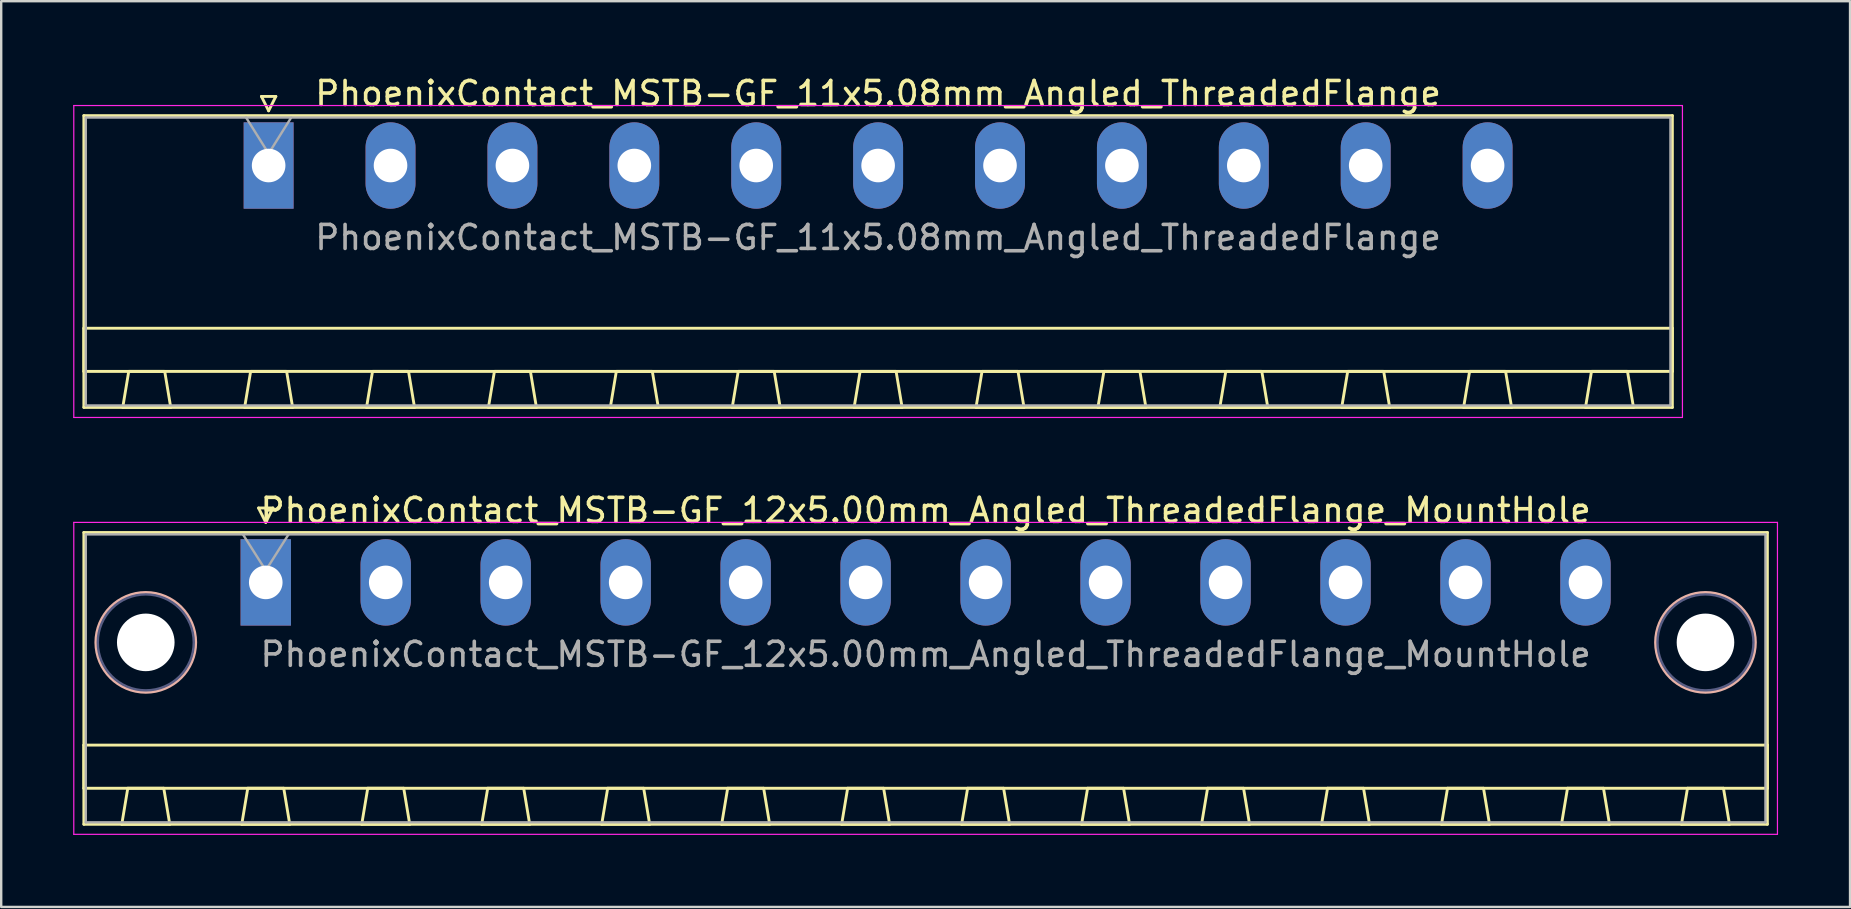
<source format=kicad_pcb>
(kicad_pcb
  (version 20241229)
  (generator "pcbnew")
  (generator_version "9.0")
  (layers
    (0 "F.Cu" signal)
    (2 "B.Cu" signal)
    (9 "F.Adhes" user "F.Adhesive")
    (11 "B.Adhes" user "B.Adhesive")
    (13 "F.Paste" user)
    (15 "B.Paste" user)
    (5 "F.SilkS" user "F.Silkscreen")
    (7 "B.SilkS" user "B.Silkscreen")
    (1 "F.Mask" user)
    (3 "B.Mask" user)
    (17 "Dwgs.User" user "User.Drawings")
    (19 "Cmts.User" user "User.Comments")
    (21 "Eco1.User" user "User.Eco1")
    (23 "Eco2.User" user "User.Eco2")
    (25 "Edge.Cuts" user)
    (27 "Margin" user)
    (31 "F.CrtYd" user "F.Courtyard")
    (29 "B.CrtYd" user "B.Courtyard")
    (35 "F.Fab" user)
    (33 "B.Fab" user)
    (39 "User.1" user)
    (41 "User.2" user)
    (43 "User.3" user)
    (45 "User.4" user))
  (footprint "PhoenixContact_MSTB-GF_11x5.08mm_Angled_ThreadedFlange"
    (layer "F.Cu")
    (at 8.145 3.848)
    (property "Reference" "PhoenixContact_MSTB-GF_11x5.08mm_Angled_ThreadedFlange" (at 25.4 -3 0) (layer "F.SilkS") (effects (font (size 1 1) (thickness 0.15))))
    (attr through_hole)
    (fp_line (start -7.7 -2.08) (end -7.7 10.08) (stroke (width 0.12) (type solid)) (layer "F.SilkS"))
    (fp_line (start -7.7 6.78) (end 58.5 6.78) (stroke (width 0.12) (type solid)) (layer "F.SilkS"))
    (fp_line (start -7.7 8.58) (end -7.7 6.78) (stroke (width 0.12) (type solid)) (layer "F.SilkS"))
    (fp_line (start -7.7 10.08) (end 58.5 10.08) (stroke (width 0.12) (type solid)) (layer "F.SilkS"))
    (fp_line (start -6.08 10.08) (end -4.08 10.08) (stroke (width 0.12) (type solid)) (layer "F.SilkS"))
    (fp_line (start -5.83 8.58) (end -6.08 10.08) (stroke (width 0.12) (type solid)) (layer "F.SilkS"))
    (fp_line (start -4.33 8.58) (end -5.83 8.58) (stroke (width 0.12) (type solid)) (layer "F.SilkS"))
    (fp_line (start -4.08 10.08) (end -4.33 8.58) (stroke (width 0.12) (type solid)) (layer "F.SilkS"))
    (fp_line (start -1 10.08) (end 1 10.08) (stroke (width 0.12) (type solid)) (layer "F.SilkS"))
    (fp_line (start -0.75 8.58) (end -1 10.08) (stroke (width 0.12) (type solid)) (layer "F.SilkS"))
    (fp_line (start -0.3 -2.88) (end 0.3 -2.88) (stroke (width 0.12) (type solid)) (layer "F.SilkS"))
    (fp_line (start 0 -2.28) (end -0.3 -2.88) (stroke (width 0.12) (type solid)) (layer "F.SilkS"))
    (fp_line (start 0.3 -2.88) (end 0 -2.28) (stroke (width 0.12) (type solid)) (layer "F.SilkS"))
    (fp_line (start 0.75 8.58) (end -0.75 8.58) (stroke (width 0.12) (type solid)) (layer "F.SilkS"))
    (fp_line (start 1 10.08) (end 0.75 8.58) (stroke (width 0.12) (type solid)) (layer "F.SilkS"))
    (fp_line (start 4.08 10.08) (end 6.08 10.08) (stroke (width 0.12) (type solid)) (layer "F.SilkS"))
    (fp_line (start 4.33 8.58) (end 4.08 10.08) (stroke (width 0.12) (type solid)) (layer "F.SilkS"))
    (fp_line (start 5.83 8.58) (end 4.33 8.58) (stroke (width 0.12) (type solid)) (layer "F.SilkS"))
    (fp_line (start 6.08 10.08) (end 5.83 8.58) (stroke (width 0.12) (type solid)) (layer "F.SilkS"))
    (fp_line (start 9.16 10.08) (end 11.16 10.08) (stroke (width 0.12) (type solid)) (layer "F.SilkS"))
    (fp_line (start 9.41 8.58) (end 9.16 10.08) (stroke (width 0.12) (type solid)) (layer "F.SilkS"))
    (fp_line (start 10.91 8.58) (end 9.41 8.58) (stroke (width 0.12) (type solid)) (layer "F.SilkS"))
    (fp_line (start 11.16 10.08) (end 10.91 8.58) (stroke (width 0.12) (type solid)) (layer "F.SilkS"))
    (fp_line (start 14.24 10.08) (end 16.24 10.08) (stroke (width 0.12) (type solid)) (layer "F.SilkS"))
    (fp_line (start 14.49 8.58) (end 14.24 10.08) (stroke (width 0.12) (type solid)) (layer "F.SilkS"))
    (fp_line (start 15.99 8.58) (end 14.49 8.58) (stroke (width 0.12) (type solid)) (layer "F.SilkS"))
    (fp_line (start 16.24 10.08) (end 15.99 8.58) (stroke (width 0.12) (type solid)) (layer "F.SilkS"))
    (fp_line (start 19.32 10.08) (end 21.32 10.08) (stroke (width 0.12) (type solid)) (layer "F.SilkS"))
    (fp_line (start 19.57 8.58) (end 19.32 10.08) (stroke (width 0.12) (type solid)) (layer "F.SilkS"))
    (fp_line (start 21.07 8.58) (end 19.57 8.58) (stroke (width 0.12) (type solid)) (layer "F.SilkS"))
    (fp_line (start 21.32 10.08) (end 21.07 8.58) (stroke (width 0.12) (type solid)) (layer "F.SilkS"))
    (fp_line (start 24.4 10.08) (end 26.4 10.08) (stroke (width 0.12) (type solid)) (layer "F.SilkS"))
    (fp_line (start 24.65 8.58) (end 24.4 10.08) (stroke (width 0.12) (type solid)) (layer "F.SilkS"))
    (fp_line (start 26.15 8.58) (end 24.65 8.58) (stroke (width 0.12) (type solid)) (layer "F.SilkS"))
    (fp_line (start 26.4 10.08) (end 26.15 8.58) (stroke (width 0.12) (type solid)) (layer "F.SilkS"))
    (fp_line (start 29.48 10.08) (end 31.48 10.08) (stroke (width 0.12) (type solid)) (layer "F.SilkS"))
    (fp_line (start 29.73 8.58) (end 29.48 10.08) (stroke (width 0.12) (type solid)) (layer "F.SilkS"))
    (fp_line (start 31.23 8.58) (end 29.73 8.58) (stroke (width 0.12) (type solid)) (layer "F.SilkS"))
    (fp_line (start 31.48 10.08) (end 31.23 8.58) (stroke (width 0.12) (type solid)) (layer "F.SilkS"))
    (fp_line (start 34.56 10.08) (end 36.56 10.08) (stroke (width 0.12) (type solid)) (layer "F.SilkS"))
    (fp_line (start 34.81 8.58) (end 34.56 10.08) (stroke (width 0.12) (type solid)) (layer "F.SilkS"))
    (fp_line (start 36.31 8.58) (end 34.81 8.58) (stroke (width 0.12) (type solid)) (layer "F.SilkS"))
    (fp_line (start 36.56 10.08) (end 36.31 8.58) (stroke (width 0.12) (type solid)) (layer "F.SilkS"))
    (fp_line (start 39.64 10.08) (end 41.64 10.08) (stroke (width 0.12) (type solid)) (layer "F.SilkS"))
    (fp_line (start 39.89 8.58) (end 39.64 10.08) (stroke (width 0.12) (type solid)) (layer "F.SilkS"))
    (fp_line (start 41.39 8.58) (end 39.89 8.58) (stroke (width 0.12) (type solid)) (layer "F.SilkS"))
    (fp_line (start 41.64 10.08) (end 41.39 8.58) (stroke (width 0.12) (type solid)) (layer "F.SilkS"))
    (fp_line (start 44.72 10.08) (end 46.72 10.08) (stroke (width 0.12) (type solid)) (layer "F.SilkS"))
    (fp_line (start 44.97 8.58) (end 44.72 10.08) (stroke (width 0.12) (type solid)) (layer "F.SilkS"))
    (fp_line (start 46.47 8.58) (end 44.97 8.58) (stroke (width 0.12) (type solid)) (layer "F.SilkS"))
    (fp_line (start 46.72 10.08) (end 46.47 8.58) (stroke (width 0.12) (type solid)) (layer "F.SilkS"))
    (fp_line (start 49.8 10.08) (end 51.8 10.08) (stroke (width 0.12) (type solid)) (layer "F.SilkS"))
    (fp_line (start 50.05 8.58) (end 49.8 10.08) (stroke (width 0.12) (type solid)) (layer "F.SilkS"))
    (fp_line (start 51.55 8.58) (end 50.05 8.58) (stroke (width 0.12) (type solid)) (layer "F.SilkS"))
    (fp_line (start 51.8 10.08) (end 51.55 8.58) (stroke (width 0.12) (type solid)) (layer "F.SilkS"))
    (fp_line (start 54.88 10.08) (end 56.88 10.08) (stroke (width 0.12) (type solid)) (layer "F.SilkS"))
    (fp_line (start 55.13 8.58) (end 54.88 10.08) (stroke (width 0.12) (type solid)) (layer "F.SilkS"))
    (fp_line (start 56.63 8.58) (end 55.13 8.58) (stroke (width 0.12) (type solid)) (layer "F.SilkS"))
    (fp_line (start 56.88 10.08) (end 56.63 8.58) (stroke (width 0.12) (type solid)) (layer "F.SilkS"))
    (fp_line (start 58.5 -2.08) (end -7.7 -2.08) (stroke (width 0.12) (type solid)) (layer "F.SilkS"))
    (fp_line (start 58.5 6.78) (end 58.5 8.58) (stroke (width 0.12) (type solid)) (layer "F.SilkS"))
    (fp_line (start 58.5 8.58) (end -7.7 8.58) (stroke (width 0.12) (type solid)) (layer "F.SilkS"))
    (fp_line (start 58.5 10.08) (end 58.5 -2.08) (stroke (width 0.12) (type solid)) (layer "F.SilkS"))
    (fp_line (start -8.12 -2.5) (end -8.12 10.5) (stroke (width 0.05) (type solid)) (layer "F.CrtYd"))
    (fp_line (start -8.12 10.5) (end 58.92 10.5) (stroke (width 0.05) (type solid)) (layer "F.CrtYd"))
    (fp_line (start 58.92 -2.5) (end -8.12 -2.5) (stroke (width 0.05) (type solid)) (layer "F.CrtYd"))
    (fp_line (start 58.92 10.5) (end 58.92 -2.5) (stroke (width 0.05) (type solid)) (layer "F.CrtYd"))
    (fp_line (start -7.62 -2) (end -7.62 10) (stroke (width 0.1) (type solid)) (layer "F.Fab"))
    (fp_line (start -7.62 10) (end 58.42 10) (stroke (width 0.1) (type solid)) (layer "F.Fab"))
    (fp_line (start 0 -0.5) (end -0.94 -2) (stroke (width 0.1) (type solid)) (layer "F.Fab"))
    (fp_line (start 0.94 -2) (end 0 -0.5) (stroke (width 0.1) (type solid)) (layer "F.Fab"))
    (fp_line (start 58.42 -2) (end -7.62 -2) (stroke (width 0.1) (type solid)) (layer "F.Fab"))
    (fp_line (start 58.42 10) (end 58.42 -2) (stroke (width 0.1) (type solid)) (layer "F.Fab"))
    (fp_text user "${REFERENCE}" (at 25.4 3 0) (layer "F.Fab") (effects (font (size 1 1) (thickness 0.15))))
    (pad "1" thru_hole rect (at 0 0) (size 2.08 3.6) (drill 1.4) (layers "*.Cu" "*.Mask"))
    (pad "2" thru_hole oval (at 5.08 0) (size 2.08 3.6) (drill 1.4) (layers "*.Cu" "*.Mask"))
    (pad "3" thru_hole oval (at 10.16 0) (size 2.08 3.6) (drill 1.4) (layers "*.Cu" "*.Mask"))
    (pad "4" thru_hole oval (at 15.24 0) (size 2.08 3.6) (drill 1.4) (layers "*.Cu" "*.Mask"))
    (pad "5" thru_hole oval (at 20.32 0) (size 2.08 3.6) (drill 1.4) (layers "*.Cu" "*.Mask"))
    (pad "6" thru_hole oval (at 25.4 0) (size 2.08 3.6) (drill 1.4) (layers "*.Cu" "*.Mask"))
    (pad "7" thru_hole oval (at 30.48 0) (size 2.08 3.6) (drill 1.4) (layers "*.Cu" "*.Mask"))
    (pad "8" thru_hole oval (at 35.56 0) (size 2.08 3.6) (drill 1.4) (layers "*.Cu" "*.Mask"))
    (pad "9" thru_hole oval (at 40.64 0) (size 2.08 3.6) (drill 1.4) (layers "*.Cu" "*.Mask"))
    (pad "10" thru_hole oval (at 45.72 0) (size 2.08 3.6) (drill 1.4) (layers "*.Cu" "*.Mask"))
    (pad "11" thru_hole oval (at 50.8 0) (size 2.08 3.6) (drill 1.4) (layers "*.Cu" "*.Mask")))
  (footprint "PhoenixContact_MSTB-GF_12x5.00mm_Angled_ThreadedFlange_MountHole"
    (layer "F.Cu")
    (at 8.025 21.221)
    (property "Reference" "PhoenixContact_MSTB-GF_12x5.00mm_Angled_ThreadedFlange_MountHole" (at 27.5 -3 0) (layer "F.SilkS") (effects (font (size 1 1) (thickness 0.15))))
    (attr through_hole)
    (fp_line (start -7.58 -2.08) (end -7.58 10.08) (stroke (width 0.12) (type solid)) (layer "F.SilkS"))
    (fp_line (start -7.58 6.78) (end 62.58 6.78) (stroke (width 0.12) (type solid)) (layer "F.SilkS"))
    (fp_line (start -7.58 8.58) (end -7.58 6.78) (stroke (width 0.12) (type solid)) (layer "F.SilkS"))
    (fp_line (start -7.58 10.08) (end 62.58 10.08) (stroke (width 0.12) (type solid)) (layer "F.SilkS"))
    (fp_line (start -6 10.08) (end -4 10.08) (stroke (width 0.12) (type solid)) (layer "F.SilkS"))
    (fp_line (start -5.75 8.58) (end -6 10.08) (stroke (width 0.12) (type solid)) (layer "F.SilkS"))
    (fp_line (start -4.25 8.58) (end -5.75 8.58) (stroke (width 0.12) (type solid)) (layer "F.SilkS"))
    (fp_line (start -4 10.08) (end -4.25 8.58) (stroke (width 0.12) (type solid)) (layer "F.SilkS"))
    (fp_line (start -1 10.08) (end 1 10.08) (stroke (width 0.12) (type solid)) (layer "F.SilkS"))
    (fp_line (start -0.75 8.58) (end -1 10.08) (stroke (width 0.12) (type solid)) (layer "F.SilkS"))
    (fp_line (start -0.3 -3.1) (end 0.3 -3.1) (stroke (width 0.12) (type solid)) (layer "F.SilkS"))
    (fp_line (start 0 -2.5) (end -0.3 -3.1) (stroke (width 0.12) (type solid)) (layer "F.SilkS"))
    (fp_line (start 0.3 -3.1) (end 0 -2.5) (stroke (width 0.12) (type solid)) (layer "F.SilkS"))
    (fp_line (start 0.75 8.58) (end -0.75 8.58) (stroke (width 0.12) (type solid)) (layer "F.SilkS"))
    (fp_line (start 1 10.08) (end 0.75 8.58) (stroke (width 0.12) (type solid)) (layer "F.SilkS"))
    (fp_line (start 4 10.08) (end 6 10.08) (stroke (width 0.12) (type solid)) (layer "F.SilkS"))
    (fp_line (start 4.25 8.58) (end 4 10.08) (stroke (width 0.12) (type solid)) (layer "F.SilkS"))
    (fp_line (start 5.75 8.58) (end 4.25 8.58) (stroke (width 0.12) (type solid)) (layer "F.SilkS"))
    (fp_line (start 6 10.08) (end 5.75 8.58) (stroke (width 0.12) (type solid)) (layer "F.SilkS"))
    (fp_line (start 9 10.08) (end 11 10.08) (stroke (width 0.12) (type solid)) (layer "F.SilkS"))
    (fp_line (start 9.25 8.58) (end 9 10.08) (stroke (width 0.12) (type solid)) (layer "F.SilkS"))
    (fp_line (start 10.75 8.58) (end 9.25 8.58) (stroke (width 0.12) (type solid)) (layer "F.SilkS"))
    (fp_line (start 11 10.08) (end 10.75 8.58) (stroke (width 0.12) (type solid)) (layer "F.SilkS"))
    (fp_line (start 14 10.08) (end 16 10.08) (stroke (width 0.12) (type solid)) (layer "F.SilkS"))
    (fp_line (start 14.25 8.58) (end 14 10.08) (stroke (width 0.12) (type solid)) (layer "F.SilkS"))
    (fp_line (start 15.75 8.58) (end 14.25 8.58) (stroke (width 0.12) (type solid)) (layer "F.SilkS"))
    (fp_line (start 16 10.08) (end 15.75 8.58) (stroke (width 0.12) (type solid)) (layer "F.SilkS"))
    (fp_line (start 19 10.08) (end 21 10.08) (stroke (width 0.12) (type solid)) (layer "F.SilkS"))
    (fp_line (start 19.25 8.58) (end 19 10.08) (stroke (width 0.12) (type solid)) (layer "F.SilkS"))
    (fp_line (start 20.75 8.58) (end 19.25 8.58) (stroke (width 0.12) (type solid)) (layer "F.SilkS"))
    (fp_line (start 21 10.08) (end 20.75 8.58) (stroke (width 0.12) (type solid)) (layer "F.SilkS"))
    (fp_line (start 24 10.08) (end 26 10.08) (stroke (width 0.12) (type solid)) (layer "F.SilkS"))
    (fp_line (start 24.25 8.58) (end 24 10.08) (stroke (width 0.12) (type solid)) (layer "F.SilkS"))
    (fp_line (start 25.75 8.58) (end 24.25 8.58) (stroke (width 0.12) (type solid)) (layer "F.SilkS"))
    (fp_line (start 26 10.08) (end 25.75 8.58) (stroke (width 0.12) (type solid)) (layer "F.SilkS"))
    (fp_line (start 29 10.08) (end 31 10.08) (stroke (width 0.12) (type solid)) (layer "F.SilkS"))
    (fp_line (start 29.25 8.58) (end 29 10.08) (stroke (width 0.12) (type solid)) (layer "F.SilkS"))
    (fp_line (start 30.75 8.58) (end 29.25 8.58) (stroke (width 0.12) (type solid)) (layer "F.SilkS"))
    (fp_line (start 31 10.08) (end 30.75 8.58) (stroke (width 0.12) (type solid)) (layer "F.SilkS"))
    (fp_line (start 34 10.08) (end 36 10.08) (stroke (width 0.12) (type solid)) (layer "F.SilkS"))
    (fp_line (start 34.25 8.58) (end 34 10.08) (stroke (width 0.12) (type solid)) (layer "F.SilkS"))
    (fp_line (start 35.75 8.58) (end 34.25 8.58) (stroke (width 0.12) (type solid)) (layer "F.SilkS"))
    (fp_line (start 36 10.08) (end 35.75 8.58) (stroke (width 0.12) (type solid)) (layer "F.SilkS"))
    (fp_line (start 39 10.08) (end 41 10.08) (stroke (width 0.12) (type solid)) (layer "F.SilkS"))
    (fp_line (start 39.25 8.58) (end 39 10.08) (stroke (width 0.12) (type solid)) (layer "F.SilkS"))
    (fp_line (start 40.75 8.58) (end 39.25 8.58) (stroke (width 0.12) (type solid)) (layer "F.SilkS"))
    (fp_line (start 41 10.08) (end 40.75 8.58) (stroke (width 0.12) (type solid)) (layer "F.SilkS"))
    (fp_line (start 44 10.08) (end 46 10.08) (stroke (width 0.12) (type solid)) (layer "F.SilkS"))
    (fp_line (start 44.25 8.58) (end 44 10.08) (stroke (width 0.12) (type solid)) (layer "F.SilkS"))
    (fp_line (start 45.75 8.58) (end 44.25 8.58) (stroke (width 0.12) (type solid)) (layer "F.SilkS"))
    (fp_line (start 46 10.08) (end 45.75 8.58) (stroke (width 0.12) (type solid)) (layer "F.SilkS"))
    (fp_line (start 49 10.08) (end 51 10.08) (stroke (width 0.12) (type solid)) (layer "F.SilkS"))
    (fp_line (start 49.25 8.58) (end 49 10.08) (stroke (width 0.12) (type solid)) (layer "F.SilkS"))
    (fp_line (start 50.75 8.58) (end 49.25 8.58) (stroke (width 0.12) (type solid)) (layer "F.SilkS"))
    (fp_line (start 51 10.08) (end 50.75 8.58) (stroke (width 0.12) (type solid)) (layer "F.SilkS"))
    (fp_line (start 54 10.08) (end 56 10.08) (stroke (width 0.12) (type solid)) (layer "F.SilkS"))
    (fp_line (start 54.25 8.58) (end 54 10.08) (stroke (width 0.12) (type solid)) (layer "F.SilkS"))
    (fp_line (start 55.75 8.58) (end 54.25 8.58) (stroke (width 0.12) (type solid)) (layer "F.SilkS"))
    (fp_line (start 56 10.08) (end 55.75 8.58) (stroke (width 0.12) (type solid)) (layer "F.SilkS"))
    (fp_line (start 59 10.08) (end 61 10.08) (stroke (width 0.12) (type solid)) (layer "F.SilkS"))
    (fp_line (start 59.25 8.58) (end 59 10.08) (stroke (width 0.12) (type solid)) (layer "F.SilkS"))
    (fp_line (start 60.75 8.58) (end 59.25 8.58) (stroke (width 0.12) (type solid)) (layer "F.SilkS"))
    (fp_line (start 61 10.08) (end 60.75 8.58) (stroke (width 0.12) (type solid)) (layer "F.SilkS"))
    (fp_line (start 62.58 -2.08) (end -7.58 -2.08) (stroke (width 0.12) (type solid)) (layer "F.SilkS"))
    (fp_line (start 62.58 6.78) (end 62.58 8.58) (stroke (width 0.12) (type solid)) (layer "F.SilkS"))
    (fp_line (start 62.58 8.58) (end -7.58 8.58) (stroke (width 0.12) (type solid)) (layer "F.SilkS"))
    (fp_line (start 62.58 10.08) (end 62.58 -2.08) (stroke (width 0.12) (type solid)) (layer "F.SilkS"))
    (fp_circle (center -5 2.5) (end -2.92 2.5) (stroke (width 0.12) (type solid)) (fill no) (layer "B.SilkS"))
    (fp_circle (center 60 2.5) (end 62.08 2.5) (stroke (width 0.12) (type solid)) (fill no) (layer "B.SilkS"))
    (fp_line (start -8 -2.5) (end -8 10.5) (stroke (width 0.05) (type solid)) (layer "F.CrtYd"))
    (fp_line (start -8 10.5) (end 63 10.5) (stroke (width 0.05) (type solid)) (layer "F.CrtYd"))
    (fp_line (start 63 -2.5) (end -8 -2.5) (stroke (width 0.05) (type solid)) (layer "F.CrtYd"))
    (fp_line (start 63 10.5) (end 63 -2.5) (stroke (width 0.05) (type solid)) (layer "F.CrtYd"))
    (fp_circle (center -5 2.5) (end -3 2.5) (stroke (width 0.1) (type solid)) (fill no) (layer "B.Fab"))
    (fp_circle (center 60 2.5) (end 62 2.5) (stroke (width 0.1) (type solid)) (fill no) (layer "B.Fab"))
    (fp_line (start -7.5 -2) (end -7.5 10) (stroke (width 0.1) (type solid)) (layer "F.Fab"))
    (fp_line (start -7.5 10) (end 62.5 10) (stroke (width 0.1) (type solid)) (layer "F.Fab"))
    (fp_line (start 0 -0.5) (end -0.95 -2) (stroke (width 0.1) (type solid)) (layer "F.Fab"))
    (fp_line (start 0.95 -2) (end 0 -0.5) (stroke (width 0.1) (type solid)) (layer "F.Fab"))
    (fp_line (start 62.5 -2) (end -7.5 -2) (stroke (width 0.1) (type solid)) (layer "F.Fab"))
    (fp_line (start 62.5 10) (end 62.5 -2) (stroke (width 0.1) (type solid)) (layer "F.Fab"))
    (fp_text user "${REFERENCE}" (at 27.5 3 0) (layer "F.Fab") (effects (font (size 1 1) (thickness 0.15))))
    (pad "" np_thru_hole circle (at -5 2.5) (size 2.4 2.4) (drill 2.4) (layers "*.Cu" "*.Mask"))
    (pad "" np_thru_hole circle (at 60 2.5) (size 2.4 2.4) (drill 2.4) (layers "*.Cu" "*.Mask"))
    (pad "1" thru_hole rect (at 0 0) (size 2.1 3.6) (drill 1.4) (layers "*.Cu" "*.Mask"))
    (pad "2" thru_hole oval (at 5 0) (size 2.1 3.6) (drill 1.4) (layers "*.Cu" "*.Mask"))
    (pad "3" thru_hole oval (at 10 0) (size 2.1 3.6) (drill 1.4) (layers "*.Cu" "*.Mask"))
    (pad "4" thru_hole oval (at 15 0) (size 2.1 3.6) (drill 1.4) (layers "*.Cu" "*.Mask"))
    (pad "5" thru_hole oval (at 20 0) (size 2.1 3.6) (drill 1.4) (layers "*.Cu" "*.Mask"))
    (pad "6" thru_hole oval (at 25 0) (size 2.1 3.6) (drill 1.4) (layers "*.Cu" "*.Mask"))
    (pad "7" thru_hole oval (at 30 0) (size 2.1 3.6) (drill 1.4) (layers "*.Cu" "*.Mask"))
    (pad "8" thru_hole oval (at 35 0) (size 2.1 3.6) (drill 1.4) (layers "*.Cu" "*.Mask"))
    (pad "9" thru_hole oval (at 40 0) (size 2.1 3.6) (drill 1.4) (layers "*.Cu" "*.Mask"))
    (pad "10" thru_hole oval (at 45 0) (size 2.1 3.6) (drill 1.4) (layers "*.Cu" "*.Mask"))
    (pad "11" thru_hole oval (at 50 0) (size 2.1 3.6) (drill 1.4) (layers "*.Cu" "*.Mask"))
    (pad "12" thru_hole oval (at 55 0) (size 2.1 3.6) (drill 1.4) (layers "*.Cu" "*.Mask")))
  (gr_rect
    (start -3 -3)
    (end 74.05 34.746)
    (stroke (width 0.1) (type default))
    (fill no)
    (layer "Edge.Cuts")))
</source>
